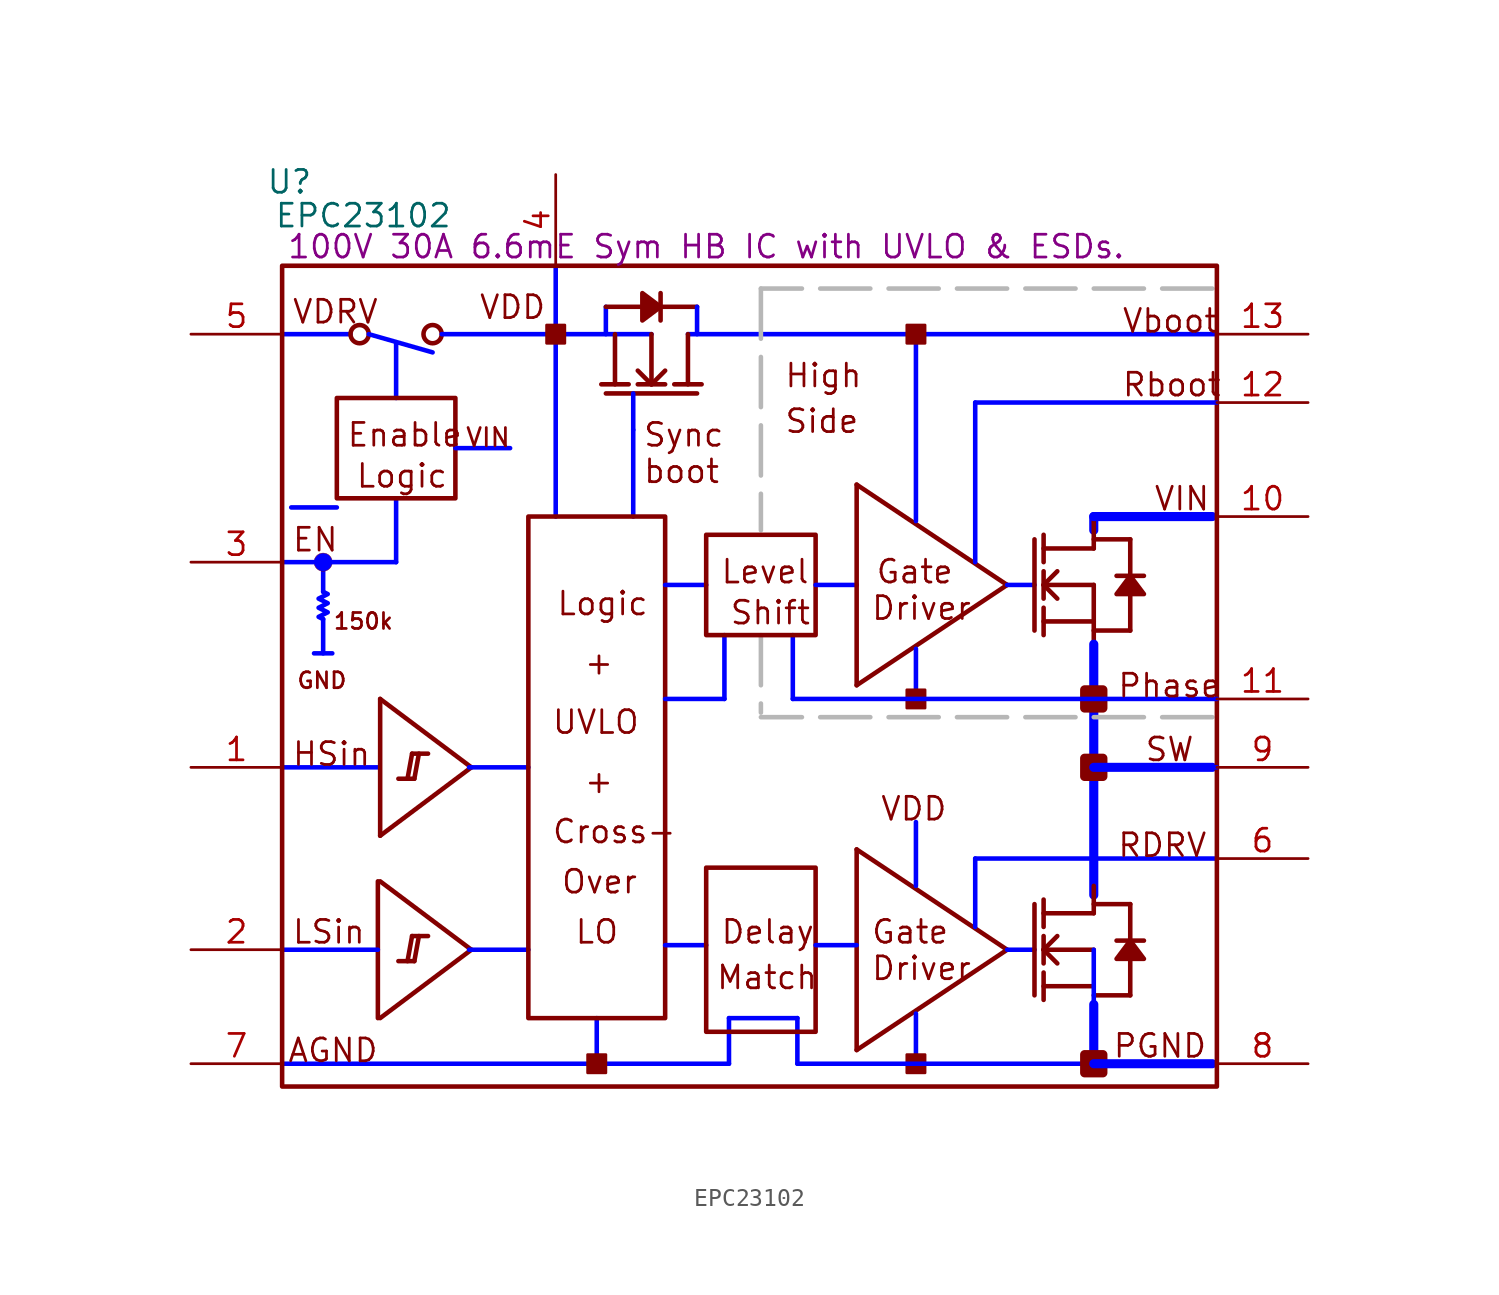
<source format=kicad_sym>
(kicad_symbol_lib
  (version 20241209)
  (generator "kicad_symbol_editor")
  (generator_version "9.0")
  (symbol "EPC23102"
    (property "Reference" "U"
      (at 5.486 50.394 0)
      (effects (font (size 1.27 1.27))))
    (property "Value" "EPC23102"
      (at 9.601 48.514 0)
      (effects (font (size 1.27 1.27))))
    (property "Description" "100V 30A 6.6mE Sym HB IC with UVLO & ESDs."
      (at 28.702 46.787 0)
      (effects (font (size 1.27 1.27))))
    (symbol "EPC23102_1_0"
      (polyline (pts (xy 5.08 41.91) (xy 8.89 41.91)) (stroke (width 0.254) (type solid) (color 0 0 255 1)) (fill (type none)))
      (polyline (pts (xy 5.08 1.27) (xy 29.972 1.27)) (stroke (width 0.254) (type solid) (color 0 0 255 1)) (fill (type none)))
      (polyline (pts (xy 5.588 32.258) (xy 8.128 32.258)) (stroke (width 0.254) (type solid) (color 0 0 255 1)) (fill (type none)))
      (polyline (pts (xy 7.366 29.21) (xy 7.366 27.559)) (stroke (width 0.254) (type solid) (color 0 0 255 1)) (fill (type none)))
      (circle (center 7.366 29.21) (radius 0.508) (stroke (width 0.0001) (type solid)) (fill (type color) (color 0 0 255 1)))
      (polyline (pts (xy 7.366 26.035) (xy 7.366 24.13)) (stroke (width 0.254) (type solid) (color 0 0 255 1)) (fill (type none)))
      (polyline (pts (xy 7.366 26.035) (xy 7.112 26.162) (xy 7.62 26.416) (xy 7.112 26.67) (xy 7.62 26.924) (xy 7.112 27.178) (xy 7.62 27.432) (xy 7.366 27.559)) (stroke (width 0.254) (type solid) (color 0 0 255 1)) (fill (type none)))
      (polyline (pts (xy 7.874 24.13) (xy 6.858 24.13)) (stroke (width 0.254) (type solid) (color 0 0 255 1)) (fill (type none)))
      (circle (center 9.398 41.91) (radius 0.508) (stroke (width 0.254) (type solid)) (fill (type none)))
      (polyline (pts (xy 9.906 41.91) (xy 13.462 40.894)) (stroke (width 0.254) (type solid) (color 0 0 255 1)) (fill (type none)))
      (polyline (pts (xy 10.414 17.78) (xy 5.08 17.78)) (stroke (width 0.254) (type solid) (color 0 0 255 1)) (fill (type none)))
      (polyline (pts (xy 10.414 11.43) (xy 10.414 3.81)) (stroke (width 0.254) (type solid)) (fill (type none)))
      (polyline (pts (xy 10.414 7.62) (xy 5.08 7.62)) (stroke (width 0.254) (type solid) (color 0 0 255 1)) (fill (type none)))
      (polyline (pts (xy 10.541 21.59) (xy 10.541 13.97)) (stroke (width 0.254) (type solid)) (fill (type none)))
      (polyline (pts (xy 10.541 21.59) (xy 15.621 17.78)) (stroke (width 0.254) (type solid)) (fill (type none)))
      (polyline (pts (xy 10.541 13.97) (xy 15.621 17.78)) (stroke (width 0.254) (type solid)) (fill (type none)))
      (polyline (pts (xy 10.541 11.43) (xy 15.621 7.62)) (stroke (width 0.254) (type solid)) (fill (type none)))
      (polyline (pts (xy 10.541 3.81) (xy 15.621 7.62)) (stroke (width 0.254) (type solid)) (fill (type none)))
      (polyline (pts (xy 11.43 38.354) (xy 11.43 41.402)) (stroke (width 0.254) (type solid) (color 0 0 255 1)) (fill (type none)))
      (polyline (pts (xy 11.43 29.21) (xy 5.08 29.21)) (stroke (width 0.254) (type solid) (color 0 0 255 1)) (fill (type none)))
      (polyline (pts (xy 11.43 29.21) (xy 11.43 32.766)) (stroke (width 0.254) (type solid) (color 0 0 255 1)) (fill (type none)))
      (polyline (pts (xy 12.065 17.145) (xy 12.319 18.542)) (stroke (width 0.254) (type solid)) (fill (type none)))
      (polyline (pts (xy 12.065 6.985) (xy 12.319 8.382)) (stroke (width 0.254) (type solid)) (fill (type none)))
      (polyline (pts (xy 12.446 17.145) (xy 11.557 17.145)) (stroke (width 0.254) (type solid)) (fill (type none)))
      (polyline (pts (xy 12.446 17.145) (xy 12.7 18.542)) (stroke (width 0.254) (type solid)) (fill (type none)))
      (polyline (pts (xy 12.446 6.985) (xy 11.557 6.985)) (stroke (width 0.254) (type solid)) (fill (type none)))
      (polyline (pts (xy 12.446 6.985) (xy 12.7 8.382)) (stroke (width 0.254) (type solid)) (fill (type none)))
      (polyline (pts (xy 13.208 18.542) (xy 12.319 18.542)) (stroke (width 0.254) (type solid)) (fill (type none)))
      (polyline (pts (xy 13.208 8.382) (xy 12.319 8.382)) (stroke (width 0.254) (type solid)) (fill (type none)))
      (circle (center 13.462 41.91) (radius 0.508) (stroke (width 0.254) (type solid)) (fill (type none)))
      (polyline (pts (xy 13.97 41.91) (xy 25.654 41.91)) (stroke (width 0.254) (type solid) (color 0 0 255 1)) (fill (type none)))
      (rectangle (start 14.732 38.354) (end 8.128 32.766) (stroke (width 0.254) (type solid)) (fill (type none)))
      (polyline (pts (xy 15.494 17.78) (xy 18.796 17.78)) (stroke (width 0.254) (type solid) (color 0 0 255 1)) (fill (type none)))
      (polyline (pts (xy 15.494 7.62) (xy 18.796 7.62)) (stroke (width 0.254) (type solid) (color 0 0 255 1)) (fill (type none)))
      (polyline (pts (xy 17.78 35.56) (xy 14.732 35.56)) (stroke (width 0.254) (type solid) (color 0 0 255 1)) (fill (type none)))
      (polyline (pts (xy 20.32 31.75) (xy 20.32 45.72)) (stroke (width 0.254) (type solid) (color 0 0 255 1)) (fill (type none)))
      (rectangle (start 20.828 42.418) (end 19.812 41.402) (stroke (width 0) (type solid)) (fill (type outline)))
      (polyline (pts (xy 22.606 1.27) (xy 22.606 3.81)) (stroke (width 0.254) (type solid) (color 0 0 255 1)) (fill (type none)))
      (polyline (pts (xy 23.114 43.434) (xy 23.114 41.91)) (stroke (width 0.254) (type solid) (color 0 0 255 1)) (fill (type none)))
      (polyline (pts (xy 23.114 43.434) (xy 25.146 43.434)) (stroke (width 0.254) (type solid)) (fill (type none)))
      (polyline (pts (xy 23.114 38.608) (xy 28.194 38.608)) (stroke (width 0.254) (type solid)) (fill (type none)))
      (rectangle (start 23.114 1.778) (end 22.098 0.762) (stroke (width 0) (type solid)) (fill (type outline)))
      (polyline (pts (xy 23.622 41.91) (xy 23.622 39.116)) (stroke (width 0.254) (type solid)) (fill (type none)))
      (polyline (pts (xy 24.384 39.116) (xy 22.86 39.116)) (stroke (width 0.254) (type solid)) (fill (type none)))
      (polyline (pts (xy 24.638 38.608) (xy 24.638 36.576)) (stroke (width 0.254) (type solid) (color 0 0 255 1)) (fill (type none)))
      (polyline (pts (xy 24.638 31.75) (xy 24.638 36.576)) (stroke (width 0.254) (type solid) (color 0 0 255 1)) (fill (type none)))
      (polyline (pts (xy 25.654 39.116) (xy 24.892 39.878)) (stroke (width 0.254) (type solid)) (fill (type none)))
      (polyline (pts (xy 25.654 39.116) (xy 25.654 41.91)) (stroke (width 0.254) (type solid)) (fill (type none)))
      (polyline (pts (xy 26.162 43.434) (xy 28.194 43.434)) (stroke (width 0.254) (type solid)) (fill (type none)))
      (polyline (pts (xy 26.162 43.434) (xy 25.146 44.196) (xy 25.146 42.672) (xy 26.162 43.434)) (stroke (width 0.254) (type solid)) (fill (type outline)))
      (polyline (pts (xy 26.162 42.672) (xy 26.162 44.196)) (stroke (width 0.254) (type solid)) (fill (type none)))
      (polyline (pts (xy 26.416 39.878) (xy 25.654 39.116)) (stroke (width 0.254) (type solid)) (fill (type none)))
      (polyline (pts (xy 26.416 39.116) (xy 24.892 39.116)) (stroke (width 0.254) (type solid)) (fill (type none)))
      (rectangle (start 26.416 31.75) (end 18.796 3.81) (stroke (width 0.254) (type solid)) (fill (type none)))
      (polyline (pts (xy 26.416 27.94) (xy 28.702 27.94)) (stroke (width 0.254) (type solid) (color 0 0 255 1)) (fill (type none)))
      (polyline (pts (xy 27.686 41.91) (xy 57.15 41.91)) (stroke (width 0.254) (type solid) (color 0 0 255 1)) (fill (type none)))
      (polyline (pts (xy 27.686 39.116) (xy 27.686 41.91)) (stroke (width 0.254) (type solid)) (fill (type none)))
      (polyline (pts (xy 28.194 43.434) (xy 28.194 41.91)) (stroke (width 0.254) (type solid) (color 0 0 255 1)) (fill (type none)))
      (polyline (pts (xy 28.448 39.116) (xy 26.924 39.116)) (stroke (width 0.254) (type solid)) (fill (type none)))
      (polyline (pts (xy 28.702 7.874) (xy 26.416 7.874)) (stroke (width 0.254) (type solid) (color 0 0 255 1)) (fill (type none)))
      (polyline (pts (xy 29.718 21.59) (xy 26.416 21.59)) (stroke (width 0.254) (type solid) (color 0 0 255 1)) (fill (type none)))
      (polyline (pts (xy 29.718 21.59) (xy 29.718 25.146)) (stroke (width 0.254) (type solid) (color 0 0 255 1)) (fill (type none)))
      (polyline (pts (xy 29.972 3.81) (xy 33.782 3.81)) (stroke (width 0.254) (type solid) (color 0 0 255 1)) (fill (type none)))
      (polyline (pts (xy 29.972 3.048) (xy 29.972 3.81)) (stroke (width 0.254) (type solid) (color 0 0 255 1)) (fill (type none)))
      (polyline (pts (xy 29.972 1.27) (xy 29.972 3.048)) (stroke (width 0.254) (type solid) (color 0 0 255 1)) (fill (type none)))
      (polyline (pts (xy 31.75 44.45) (xy 31.75 30.988)) (stroke (width 0.254) (type dash) (color 183 183 183 1)) (fill (type none)))
      (polyline (pts (xy 31.75 25.146) (xy 31.75 20.828)) (stroke (width 0.254) (type dash) (color 183 183 183 1)) (fill (type none)))
      (polyline (pts (xy 33.528 21.59) (xy 33.528 25.146)) (stroke (width 0.254) (type solid) (color 0 0 255 1)) (fill (type none)))
      (polyline (pts (xy 33.782 3.048) (xy 33.782 3.81)) (stroke (width 0.254) (type solid) (color 0 0 255 1)) (fill (type none)))
      (polyline (pts (xy 33.782 1.27) (xy 33.782 3.048)) (stroke (width 0.254) (type solid) (color 0 0 255 1)) (fill (type none)))
      (rectangle (start 34.798 30.734) (end 28.702 25.146) (stroke (width 0.254) (type solid)) (fill (type none)))
      (polyline (pts (xy 34.798 27.94) (xy 37.084 27.94)) (stroke (width 0.254) (type solid) (color 0 0 255 1)) (fill (type none)))
      (rectangle (start 34.798 12.192) (end 28.702 3.048) (stroke (width 0.254) (type solid)) (fill (type none)))
      (polyline (pts (xy 37.084 33.528) (xy 37.084 22.352)) (stroke (width 0.254) (type solid)) (fill (type none)))
      (polyline (pts (xy 37.084 33.528) (xy 45.466 27.94)) (stroke (width 0.254) (type solid)) (fill (type none)))
      (polyline (pts (xy 37.084 22.352) (xy 45.466 27.94)) (stroke (width 0.254) (type solid)) (fill (type none)))
      (polyline (pts (xy 37.084 13.208) (xy 37.084 2.032)) (stroke (width 0.254) (type solid)) (fill (type none)))
      (polyline (pts (xy 37.084 13.208) (xy 45.466 7.62)) (stroke (width 0.254) (type solid)) (fill (type none)))
      (polyline (pts (xy 37.084 7.874) (xy 34.798 7.874)) (stroke (width 0.254) (type solid) (color 0 0 255 1)) (fill (type none)))
      (polyline (pts (xy 37.084 2.032) (xy 45.466 7.62)) (stroke (width 0.254) (type solid)) (fill (type none)))
      (polyline (pts (xy 40.386 31.496) (xy 40.386 41.91)) (stroke (width 0.254) (type solid) (color 0 0 255 1)) (fill (type none)))
      (polyline (pts (xy 40.386 21.59) (xy 40.386 24.384)) (stroke (width 0.254) (type solid) (color 0 0 255 1)) (fill (type none)))
      (polyline (pts (xy 40.386 11.176) (xy 40.386 14.732)) (stroke (width 0.254) (type solid) (color 0 0 255 1)) (fill (type none)))
      (polyline (pts (xy 40.386 1.27) (xy 40.386 4.064)) (stroke (width 0.254) (type solid) (color 0 0 255 1)) (fill (type none)))
      (rectangle (start 40.894 42.418) (end 39.878 41.402) (stroke (width 0) (type solid)) (fill (type outline)))
      (rectangle (start 40.894 22.098) (end 39.878 21.082) (stroke (width 0) (type solid)) (fill (type outline)))
      (rectangle (start 40.894 1.778) (end 39.878 0.762) (stroke (width 0) (type solid)) (fill (type outline)))
      (polyline (pts (xy 43.688 29.21) (xy 43.688 38.1)) (stroke (width 0.254) (type solid) (color 0 0 255 1)) (fill (type none)))
      (polyline (pts (xy 43.688 12.7) (xy 57.15 12.7)) (stroke (width 0.254) (type solid) (color 0 0 255 1)) (fill (type none)))
      (polyline (pts (xy 43.688 8.89) (xy 43.688 12.7)) (stroke (width 0.254) (type solid) (color 0 0 255 1)) (fill (type none)))
      (polyline (pts (xy 45.466 27.94) (xy 46.99 27.94)) (stroke (width 0.254) (type solid) (color 0 0 255 1)) (fill (type none)))
      (polyline (pts (xy 45.466 7.62) (xy 46.99 7.62)) (stroke (width 0.254) (type solid) (color 0 0 255 1)) (fill (type none)))
      (polyline (pts (xy 46.99 30.48) (xy 46.99 25.4)) (stroke (width 0.254) (type solid)) (fill (type none)))
      (polyline (pts (xy 46.99 10.16) (xy 46.99 5.08)) (stroke (width 0.254) (type solid)) (fill (type none)))
      (polyline (pts (xy 47.498 29.21) (xy 47.498 30.734)) (stroke (width 0.254) (type solid)) (fill (type none)))
      (polyline (pts (xy 47.498 27.94) (xy 48.26 28.702)) (stroke (width 0.254) (type solid)) (fill (type none)))
      (polyline (pts (xy 47.498 27.94) (xy 50.292 27.94)) (stroke (width 0.254) (type solid)) (fill (type none)))
      (polyline (pts (xy 47.498 27.178) (xy 47.498 28.702)) (stroke (width 0.254) (type solid)) (fill (type none)))
      (polyline (pts (xy 47.498 25.908) (xy 50.292 25.908)) (stroke (width 0.254) (type solid)) (fill (type none)))
      (polyline (pts (xy 47.498 25.146) (xy 47.498 26.67)) (stroke (width 0.254) (type solid)) (fill (type none)))
      (polyline (pts (xy 47.498 8.89) (xy 47.498 10.414)) (stroke (width 0.254) (type solid)) (fill (type none)))
      (polyline (pts (xy 47.498 7.62) (xy 48.26 8.382)) (stroke (width 0.254) (type solid)) (fill (type none)))
      (polyline (pts (xy 47.498 7.62) (xy 50.292 7.62)) (stroke (width 0.254) (type solid)) (fill (type none)))
      (polyline (pts (xy 47.498 6.858) (xy 47.498 8.382)) (stroke (width 0.254) (type solid)) (fill (type none)))
      (polyline (pts (xy 47.498 5.588) (xy 50.292 5.588)) (stroke (width 0.254) (type solid)) (fill (type none)))
      (polyline (pts (xy 47.498 4.826) (xy 47.498 6.35)) (stroke (width 0.254) (type solid)) (fill (type none)))
      (polyline (pts (xy 48.26 27.178) (xy 47.498 27.94)) (stroke (width 0.254) (type solid)) (fill (type none)))
      (polyline (pts (xy 48.26 6.858) (xy 47.498 7.62)) (stroke (width 0.254) (type solid)) (fill (type none)))
      (polyline (pts (xy 50.292 31.75) (xy 57.15 31.75)) (stroke (width 0.254) (type solid) (color 0 0 255 1)) (fill (type none)))
      (polyline (pts (xy 50.292 30.988) (xy 50.292 31.75)) (stroke (width 0.508) (type solid) (color 0 0 255 1)) (fill (type none)))
      (polyline (pts (xy 50.292 30.48) (xy 52.324 30.48)) (stroke (width 0.254) (type solid)) (fill (type none)))
      (polyline (pts (xy 50.292 29.972) (xy 47.498 29.972)) (stroke (width 0.254) (type solid)) (fill (type none)))
      (polyline (pts (xy 50.292 29.972) (xy 50.292 31.496)) (stroke (width 0.254) (type solid)) (fill (type none)))
      (polyline (pts (xy 50.292 27.94) (xy 50.292 22.86)) (stroke (width 0.254) (type solid)) (fill (type none)))
      (polyline (pts (xy 50.292 25.4) (xy 52.324 25.4)) (stroke (width 0.254) (type solid)) (fill (type none)))
      (polyline (pts (xy 50.292 21.59) (xy 50.292 24.638)) (stroke (width 0.508) (type solid) (color 0 0 255 1)) (fill (type none)))
      (polyline (pts (xy 50.292 10.668) (xy 50.292 21.59)) (stroke (width 0.508) (type solid) (color 0 0 255 1)) (fill (type none)))
      (polyline (pts (xy 50.292 10.16) (xy 52.324 10.16)) (stroke (width 0.254) (type solid)) (fill (type none)))
      (polyline (pts (xy 50.292 9.652) (xy 47.498 9.652)) (stroke (width 0.254) (type solid)) (fill (type none)))
      (polyline (pts (xy 50.292 9.652) (xy 50.292 11.176)) (stroke (width 0.254) (type solid)) (fill (type none)))
      (polyline (pts (xy 50.292 5.08) (xy 52.324 5.08)) (stroke (width 0.254) (type solid)) (fill (type none)))
      (polyline (pts (xy 50.292 1.524) (xy 50.292 4.572)) (stroke (width 0.508) (type solid) (color 0 0 255 1)) (fill (type none)))
      (polyline (pts (xy 50.292 1.27) (xy 33.782 1.27)) (stroke (width 0.254) (type solid) (color 0 0 255 1)) (fill (type none)))
      (polyline (pts (xy 50.292 1.27) (xy 50.292 7.62)) (stroke (width 0.254) (type solid) (color 0 0 255 1)) (fill (type none)))
      (rectangle (start 50.8 22.098) (end 49.784 21.082) (stroke (width 0.508) (type solid)) (fill (type outline)))
      (rectangle (start 50.8 18.288) (end 49.784 17.272) (stroke (width 0.508) (type solid)) (fill (type outline)))
      (rectangle (start 50.8 1.778) (end 49.784 0.762) (stroke (width 0.508) (type solid)) (fill (type outline)))
      (polyline (pts (xy 52.324 30.48) (xy 52.324 28.448)) (stroke (width 0.254) (type solid)) (fill (type none)))
      (polyline (pts (xy 52.324 28.448) (xy 51.562 27.432) (xy 53.086 27.432) (xy 52.324 28.448)) (stroke (width 0.254) (type solid)) (fill (type outline)))
      (polyline (pts (xy 52.324 27.432) (xy 52.324 25.4)) (stroke (width 0.254) (type solid)) (fill (type none)))
      (polyline (pts (xy 52.324 10.16) (xy 52.324 8.128)) (stroke (width 0.254) (type solid)) (fill (type none)))
      (polyline (pts (xy 52.324 8.128) (xy 51.562 7.112) (xy 53.086 7.112) (xy 52.324 8.128)) (stroke (width 0.254) (type solid)) (fill (type outline)))
      (polyline (pts (xy 52.324 7.112) (xy 52.324 5.08)) (stroke (width 0.254) (type solid)) (fill (type none)))
      (polyline (pts (xy 53.086 28.448) (xy 51.562 28.448)) (stroke (width 0.254) (type solid)) (fill (type none)))
      (polyline (pts (xy 53.086 8.128) (xy 51.562 8.128)) (stroke (width 0.254) (type solid)) (fill (type none)))
      (polyline (pts (xy 56.896 44.45) (xy 31.75 44.45)) (stroke (width 0.254) (type dash) (color 183 183 183 1)) (fill (type none)))
      (polyline (pts (xy 56.896 31.75) (xy 50.292 31.75)) (stroke (width 0.508) (type solid) (color 0 0 255 1)) (fill (type none)))
      (polyline (pts (xy 56.896 20.574) (xy 31.75 20.574)) (stroke (width 0.254) (type dash) (color 183 183 183 1)) (fill (type none)))
      (polyline (pts (xy 56.896 17.78) (xy 50.292 17.78)) (stroke (width 0.508) (type solid) (color 0 0 255 1)) (fill (type none)))
      (polyline (pts (xy 56.896 1.27) (xy 50.292 1.27)) (stroke (width 0.508) (type solid) (color 0 0 255 1)) (fill (type none)))
      (rectangle (start 57.15 45.72) (end 5.08 0) (stroke (width 0.254) (type solid)) (fill (type none)))
      (polyline (pts (xy 57.15 38.1) (xy 43.688 38.1)) (stroke (width 0.254) (type solid) (color 0 0 255 1)) (fill (type none)))
      (polyline (pts (xy 57.15 21.59) (xy 33.528 21.59)) (stroke (width 0.254) (type solid) (color 0 0 255 1)) (fill (type none)))
      (polyline (pts (xy 57.15 17.78) (xy 50.292 17.78)) (stroke (width 0.254) (type solid) (color 0 0 255 1)) (fill (type none)))
      (text "AGND" (at 5.334 1.27 0) (effects (font (size 1.27 1.27)) (justify left bottom)))
      (text "VDRV" (at 5.588 42.418 0) (effects (font (size 1.27 1.27)) (justify left bottom)))
      (text "EN" (at 5.588 29.718 0) (effects (font (size 1.27 1.27)) (justify left bottom)))
      (text "HSin" (at 5.588 17.78 0) (effects (font (size 1.27 1.27)) (justify left bottom)))
      (text "LSin" (at 5.588 7.874 0) (effects (font (size 1.27 1.27)) (justify left bottom)))
      (text "GND" (at 5.842 22.098 0) (effects (font (size 0.889 0.889)) (justify left bottom)))
      (text "150k" (at 7.874 25.4 0) (effects (font (size 0.889 0.889)) (justify left bottom)))
      (text "Enable" (at 8.636 35.56 0) (effects (font (size 1.27 1.27)) (justify left bottom)))
      (text "Logic" (at 9.144 33.274 0) (effects (font (size 1.27 1.27)) (justify left bottom)))
      (text "VIN" (at 15.24 35.56 0) (effects (font (size 1.016 1.016)) (justify left bottom)))
      (text "VDD" (at 16.002 42.672 0) (effects (font (size 1.27 1.27)) (justify left bottom)))
      (text "UVLO" (at 20.066 19.558 0) (effects (font (size 1.27 1.27)) (justify left bottom)))
      (text "Cross-" (at 20.066 13.462 0) (effects (font (size 1.27 1.27)) (justify left bottom)))
      (text "Logic" (at 20.32 26.162 0) (effects (font (size 1.27 1.27)) (justify left bottom)))
      (text "Over" (at 20.574 10.668 0) (effects (font (size 1.27 1.27)) (justify left bottom)))
      (text "LO" (at 21.336 7.874 0) (effects (font (size 1.27 1.27)) (justify left bottom)))
      (text "+" (at 21.844 22.86 0) (effects (font (size 1.27 1.27)) (justify left bottom)))
      (text "+" (at 21.844 16.256 0) (effects (font (size 1.27 1.27)) (justify left bottom)))
      (text "Sync" (at 25.146 35.56 0) (effects (font (size 1.27 1.27)) (justify left bottom)))
      (text "boot" (at 25.146 33.528 0) (effects (font (size 1.27 1.27)) (justify left bottom)))
      (text "Match" (at 29.21 5.334 0) (effects (font (size 1.27 1.27)) (justify left bottom)))
      (text "Level" (at 29.464 27.94 0) (effects (font (size 1.27 1.27)) (justify left bottom)))
      (text "Delay" (at 29.464 7.874 0) (effects (font (size 1.27 1.27)) (justify left bottom)))
      (text "Shift" (at 29.972 25.654 0) (effects (font (size 1.27 1.27)) (justify left bottom)))
      (text "High" (at 33.02 38.862 0) (effects (font (size 1.27 1.27)) (justify left bottom)))
      (text "Side" (at 33.02 36.322 0) (effects (font (size 1.27 1.27)) (justify left bottom)))
      (text "Driver" (at 37.846 25.908 0) (effects (font (size 1.27 1.27)) (justify left bottom)))
      (text "Gate" (at 37.846 7.874 0) (effects (font (size 1.27 1.27)) (justify left bottom)))
      (text "Driver" (at 37.846 5.842 0) (effects (font (size 1.27 1.27)) (justify left bottom)))
      (text "Gate" (at 38.1 27.94 0) (effects (font (size 1.27 1.27)) (justify left bottom)))
      (text "VDD" (at 38.354 14.732 0) (effects (font (size 1.27 1.27)) (justify left bottom)))
      (text "PGND" (at 51.308 1.524 0) (effects (font (size 1.27 1.27)) (justify left bottom)))
      (text "Phase" (at 51.562 21.59 0) (effects (font (size 1.27 1.27)) (justify left bottom)))
      (text "RDRV" (at 51.562 12.7 0) (effects (font (size 1.27 1.27)) (justify left bottom)))
      (text "Vboot" (at 51.816 41.91 0) (effects (font (size 1.27 1.27)) (justify left bottom)))
      (text "Rboot" (at 51.816 38.354 0) (effects (font (size 1.27 1.27)) (justify left bottom)))
      (text "SW" (at 53.086 18.034 0) (effects (font (size 1.27 1.27)) (justify left bottom)))
      (text "VIN" (at 53.594 32.004 0) (effects (font (size 1.27 1.27)) (justify left bottom)))
      (pin passive line (at 0 41.91 0) (length 5.08) (name "VDRV" (effects (font (size 0 0)))) (number "5" (effects (font (size 1.27 1.27)))))
      (pin passive line (at 0 29.21 0) (length 5.08) (name "ENb" (effects (font (size 0 0)))) (number "3" (effects (font (size 1.27 1.27)))))
      (pin passive line (at 0 17.78 0) (length 5.08) (name "HSin" (effects (font (size 0 0)))) (number "1" (effects (font (size 1.27 1.27)))))
      (pin passive line (at 0 7.62 0) (length 5.08) (name "LSin" (effects (font (size 0 0)))) (number "2" (effects (font (size 1.27 1.27)))))
      (pin passive line (at 0 1.27 0) (length 5.08) (name "AGND" (effects (font (size 0 0)))) (number "7" (effects (font (size 1.27 1.27)))))
      (pin passive line (at 20.32 50.8 270) (length 5.08) (name "VDD" (effects (font (size 0 0)))) (number "4" (effects (font (size 1.27 1.27)))))
      (pin passive line (at 62.23 41.91 180) (length 5.08) (name "Vboot" (effects (font (size 0 0)))) (number "13" (effects (font (size 1.27 1.27)))))
      (pin passive line (at 62.23 38.1 180) (length 5.08) (name "Rboot" (effects (font (size 0 0)))) (number "12" (effects (font (size 1.27 1.27)))))
      (pin passive line (at 62.23 31.75 180) (length 5.08) (name "VIN" (effects (font (size 0 0)))) (number "10" (effects (font (size 1.27 1.27)))))
      (pin passive line (at 62.23 21.59 180) (length 5.08) (name "Phase" (effects (font (size 0 0)))) (number "11" (effects (font (size 1.27 1.27)))))
      (pin passive line (at 62.23 17.78 180) (length 5.08) (name "SW" (effects (font (size 0 0)))) (number "9" (effects (font (size 1.27 1.27)))))
      (pin passive line (at 62.23 12.7 180) (length 5.08) (name "RDRV" (effects (font (size 0 0)))) (number "6" (effects (font (size 1.27 1.27)))))
      (pin passive line (at 62.23 1.27 180) (length 5.08) (name "PGND" (effects (font (size 0 0)))) (number "8" (effects (font (size 1.27 1.27))))))))
</source>
